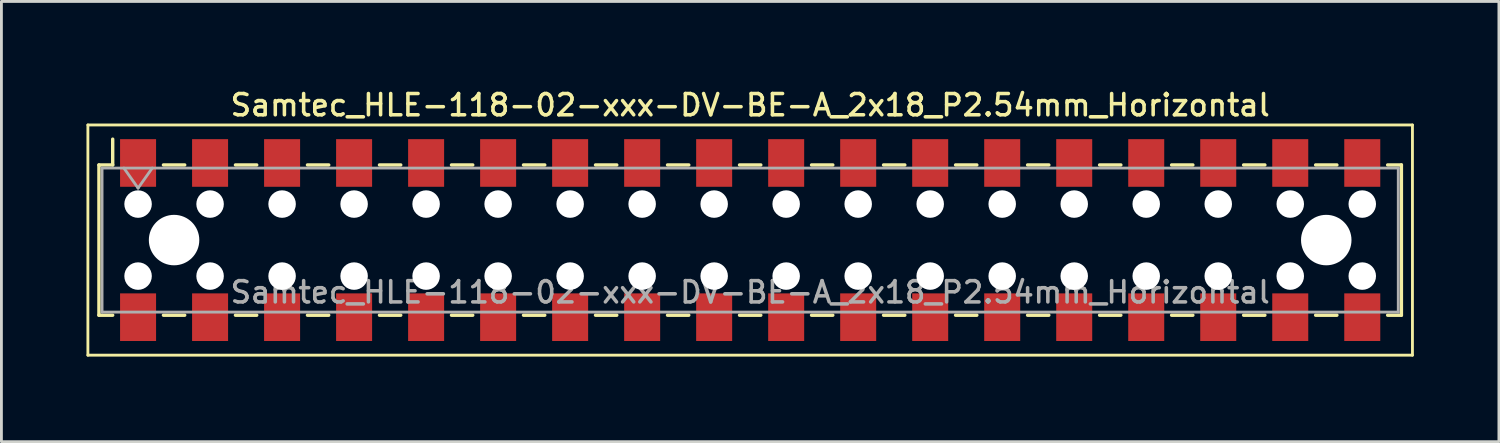
<source format=kicad_pcb>
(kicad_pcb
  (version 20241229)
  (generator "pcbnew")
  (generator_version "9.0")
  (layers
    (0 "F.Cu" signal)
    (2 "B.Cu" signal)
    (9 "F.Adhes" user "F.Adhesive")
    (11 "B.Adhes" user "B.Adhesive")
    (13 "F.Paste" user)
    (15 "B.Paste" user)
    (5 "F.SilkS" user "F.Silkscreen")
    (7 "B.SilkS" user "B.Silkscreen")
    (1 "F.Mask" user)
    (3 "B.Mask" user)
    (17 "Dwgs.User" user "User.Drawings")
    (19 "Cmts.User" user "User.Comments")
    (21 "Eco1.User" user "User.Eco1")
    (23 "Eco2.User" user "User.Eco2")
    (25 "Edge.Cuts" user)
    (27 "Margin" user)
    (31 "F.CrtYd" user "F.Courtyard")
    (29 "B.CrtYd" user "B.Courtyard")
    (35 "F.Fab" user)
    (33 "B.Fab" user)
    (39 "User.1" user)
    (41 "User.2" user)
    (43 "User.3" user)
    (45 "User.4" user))
  (footprint "Samtec_HLE-118-02-xxx-DV-BE-A_2x18_P2.54mm_Horizontal"
    (layer "F.Cu")
    (at 23.41 5.418)
    (property "Reference" "Samtec_HLE-118-02-xxx-DV-BE-A_2x18_P2.54mm_Horizontal" (at 0 -4.76 0) (layer "F.SilkS") (effects (font (size 0.75 0.75) (thickness 0.125))))
    (attr smd)
    (fp_line (start -23.36 -4.06) (end 23.36 -4.06) (stroke (width 0.1) (type solid)) (layer "F.SilkS"))
    (fp_line (start -23.36 4.06) (end -23.36 -4.06) (stroke (width 0.1) (type solid)) (layer "F.SilkS"))
    (fp_line (start -22.97 -2.65) (end -22.97 2.65) (stroke (width 0.12) (type solid)) (layer "F.SilkS"))
    (fp_line (start -22.97 2.65) (end -22.485 2.65) (stroke (width 0.12) (type solid)) (layer "F.SilkS"))
    (fp_line (start -22.485 -3.56) (end -22.485 -2.65) (stroke (width 0.12) (type solid)) (layer "F.SilkS"))
    (fp_line (start -22.485 -2.65) (end -22.97 -2.65) (stroke (width 0.12) (type solid)) (layer "F.SilkS"))
    (fp_line (start -20.695 -2.65) (end -19.945 -2.65) (stroke (width 0.12) (type solid)) (layer "F.SilkS"))
    (fp_line (start -20.695 2.65) (end -19.945 2.65) (stroke (width 0.12) (type solid)) (layer "F.SilkS"))
    (fp_line (start -18.155 -2.65) (end -17.405 -2.65) (stroke (width 0.12) (type solid)) (layer "F.SilkS"))
    (fp_line (start -18.155 2.65) (end -17.405 2.65) (stroke (width 0.12) (type solid)) (layer "F.SilkS"))
    (fp_line (start -15.615 -2.65) (end -14.865 -2.65) (stroke (width 0.12) (type solid)) (layer "F.SilkS"))
    (fp_line (start -15.615 2.65) (end -14.865 2.65) (stroke (width 0.12) (type solid)) (layer "F.SilkS"))
    (fp_line (start -13.075 -2.65) (end -12.325 -2.65) (stroke (width 0.12) (type solid)) (layer "F.SilkS"))
    (fp_line (start -13.075 2.65) (end -12.325 2.65) (stroke (width 0.12) (type solid)) (layer "F.SilkS"))
    (fp_line (start -10.535 -2.65) (end -9.785 -2.65) (stroke (width 0.12) (type solid)) (layer "F.SilkS"))
    (fp_line (start -10.535 2.65) (end -9.785 2.65) (stroke (width 0.12) (type solid)) (layer "F.SilkS"))
    (fp_line (start -7.995 -2.65) (end -7.245 -2.65) (stroke (width 0.12) (type solid)) (layer "F.SilkS"))
    (fp_line (start -7.995 2.65) (end -7.245 2.65) (stroke (width 0.12) (type solid)) (layer "F.SilkS"))
    (fp_line (start -5.455 -2.65) (end -4.705 -2.65) (stroke (width 0.12) (type solid)) (layer "F.SilkS"))
    (fp_line (start -5.455 2.65) (end -4.705 2.65) (stroke (width 0.12) (type solid)) (layer "F.SilkS"))
    (fp_line (start -2.915 -2.65) (end -2.165 -2.65) (stroke (width 0.12) (type solid)) (layer "F.SilkS"))
    (fp_line (start -2.915 2.65) (end -2.165 2.65) (stroke (width 0.12) (type solid)) (layer "F.SilkS"))
    (fp_line (start -0.375 -2.65) (end 0.375 -2.65) (stroke (width 0.12) (type solid)) (layer "F.SilkS"))
    (fp_line (start -0.375 2.65) (end 0.375 2.65) (stroke (width 0.12) (type solid)) (layer "F.SilkS"))
    (fp_line (start 2.165 -2.65) (end 2.915 -2.65) (stroke (width 0.12) (type solid)) (layer "F.SilkS"))
    (fp_line (start 2.165 2.65) (end 2.915 2.65) (stroke (width 0.12) (type solid)) (layer "F.SilkS"))
    (fp_line (start 4.705 -2.65) (end 5.455 -2.65) (stroke (width 0.12) (type solid)) (layer "F.SilkS"))
    (fp_line (start 4.705 2.65) (end 5.455 2.65) (stroke (width 0.12) (type solid)) (layer "F.SilkS"))
    (fp_line (start 7.245 -2.65) (end 7.995 -2.65) (stroke (width 0.12) (type solid)) (layer "F.SilkS"))
    (fp_line (start 7.245 2.65) (end 7.995 2.65) (stroke (width 0.12) (type solid)) (layer "F.SilkS"))
    (fp_line (start 9.785 -2.65) (end 10.535 -2.65) (stroke (width 0.12) (type solid)) (layer "F.SilkS"))
    (fp_line (start 9.785 2.65) (end 10.535 2.65) (stroke (width 0.12) (type solid)) (layer "F.SilkS"))
    (fp_line (start 12.325 -2.65) (end 13.075 -2.65) (stroke (width 0.12) (type solid)) (layer "F.SilkS"))
    (fp_line (start 12.325 2.65) (end 13.075 2.65) (stroke (width 0.12) (type solid)) (layer "F.SilkS"))
    (fp_line (start 14.865 -2.65) (end 15.615 -2.65) (stroke (width 0.12) (type solid)) (layer "F.SilkS"))
    (fp_line (start 14.865 2.65) (end 15.615 2.65) (stroke (width 0.12) (type solid)) (layer "F.SilkS"))
    (fp_line (start 17.405 -2.65) (end 18.155 -2.65) (stroke (width 0.12) (type solid)) (layer "F.SilkS"))
    (fp_line (start 17.405 2.65) (end 18.155 2.65) (stroke (width 0.12) (type solid)) (layer "F.SilkS"))
    (fp_line (start 19.945 -2.65) (end 20.695 -2.65) (stroke (width 0.12) (type solid)) (layer "F.SilkS"))
    (fp_line (start 19.945 2.65) (end 20.695 2.65) (stroke (width 0.12) (type solid)) (layer "F.SilkS"))
    (fp_line (start 22.485 -2.65) (end 22.97 -2.65) (stroke (width 0.12) (type solid)) (layer "F.SilkS"))
    (fp_line (start 22.97 -2.65) (end 22.97 2.65) (stroke (width 0.12) (type solid)) (layer "F.SilkS"))
    (fp_line (start 22.97 2.65) (end 22.485 2.65) (stroke (width 0.12) (type solid)) (layer "F.SilkS"))
    (fp_line (start 23.36 -4.06) (end 23.36 4.06) (stroke (width 0.1) (type solid)) (layer "F.SilkS"))
    (fp_line (start 23.36 4.06) (end -23.36 4.06) (stroke (width 0.1) (type solid)) (layer "F.SilkS"))
    (fp_line (start -22.86 -2.54) (end 22.86 -2.54) (stroke (width 0.1) (type solid)) (layer "F.Fab"))
    (fp_line (start -22.86 2.54) (end -22.86 -2.54) (stroke (width 0.1) (type solid)) (layer "F.Fab"))
    (fp_line (start -22.09 -2.54) (end -21.59 -1.833) (stroke (width 0.1) (type solid)) (layer "F.Fab"))
    (fp_line (start -21.59 -1.833) (end -21.09 -2.54) (stroke (width 0.1) (type solid)) (layer "F.Fab"))
    (fp_line (start 22.86 -2.54) (end 22.86 2.54) (stroke (width 0.1) (type solid)) (layer "F.Fab"))
    (fp_line (start 22.86 2.54) (end -22.86 2.54) (stroke (width 0.1) (type solid)) (layer "F.Fab"))
    (fp_text user "${REFERENCE}" (at 0 1.84 0) (layer "F.Fab") (effects (font (size 0.75 0.75) (thickness 0.125))))
    (pad "" np_thru_hole circle (at -21.59 -1.27) (size 0.97 0.97) (drill 0.97) (layers "*.Cu" "*.Mask"))
    (pad "" np_thru_hole circle (at -21.59 1.27) (size 0.97 0.97) (drill 0.97) (layers "*.Cu" "*.Mask"))
    (pad "" np_thru_hole circle (at -20.32 0) (size 1.78 1.78) (drill 1.78) (layers "*.Cu" "*.Mask"))
    (pad "" np_thru_hole circle (at -19.05 -1.27) (size 0.97 0.97) (drill 0.97) (layers "*.Cu" "*.Mask"))
    (pad "" np_thru_hole circle (at -19.05 1.27) (size 0.97 0.97) (drill 0.97) (layers "*.Cu" "*.Mask"))
    (pad "" np_thru_hole circle (at -16.51 -1.27) (size 0.97 0.97) (drill 0.97) (layers "*.Cu" "*.Mask"))
    (pad "" np_thru_hole circle (at -16.51 1.27) (size 0.97 0.97) (drill 0.97) (layers "*.Cu" "*.Mask"))
    (pad "" np_thru_hole circle (at -13.97 -1.27) (size 0.97 0.97) (drill 0.97) (layers "*.Cu" "*.Mask"))
    (pad "" np_thru_hole circle (at -13.97 1.27) (size 0.97 0.97) (drill 0.97) (layers "*.Cu" "*.Mask"))
    (pad "" np_thru_hole circle (at -11.43 -1.27) (size 0.97 0.97) (drill 0.97) (layers "*.Cu" "*.Mask"))
    (pad "" np_thru_hole circle (at -11.43 1.27) (size 0.97 0.97) (drill 0.97) (layers "*.Cu" "*.Mask"))
    (pad "" np_thru_hole circle (at -8.89 -1.27) (size 0.97 0.97) (drill 0.97) (layers "*.Cu" "*.Mask"))
    (pad "" np_thru_hole circle (at -8.89 1.27) (size 0.97 0.97) (drill 0.97) (layers "*.Cu" "*.Mask"))
    (pad "" np_thru_hole circle (at -6.35 -1.27) (size 0.97 0.97) (drill 0.97) (layers "*.Cu" "*.Mask"))
    (pad "" np_thru_hole circle (at -6.35 1.27) (size 0.97 0.97) (drill 0.97) (layers "*.Cu" "*.Mask"))
    (pad "" np_thru_hole circle (at -3.81 -1.27) (size 0.97 0.97) (drill 0.97) (layers "*.Cu" "*.Mask"))
    (pad "" np_thru_hole circle (at -3.81 1.27) (size 0.97 0.97) (drill 0.97) (layers "*.Cu" "*.Mask"))
    (pad "" np_thru_hole circle (at -1.27 -1.27) (size 0.97 0.97) (drill 0.97) (layers "*.Cu" "*.Mask"))
    (pad "" np_thru_hole circle (at -1.27 1.27) (size 0.97 0.97) (drill 0.97) (layers "*.Cu" "*.Mask"))
    (pad "" np_thru_hole circle (at 1.27 -1.27) (size 0.97 0.97) (drill 0.97) (layers "*.Cu" "*.Mask"))
    (pad "" np_thru_hole circle (at 1.27 1.27) (size 0.97 0.97) (drill 0.97) (layers "*.Cu" "*.Mask"))
    (pad "" np_thru_hole circle (at 3.81 -1.27) (size 0.97 0.97) (drill 0.97) (layers "*.Cu" "*.Mask"))
    (pad "" np_thru_hole circle (at 3.81 1.27) (size 0.97 0.97) (drill 0.97) (layers "*.Cu" "*.Mask"))
    (pad "" np_thru_hole circle (at 6.35 -1.27) (size 0.97 0.97) (drill 0.97) (layers "*.Cu" "*.Mask"))
    (pad "" np_thru_hole circle (at 6.35 1.27) (size 0.97 0.97) (drill 0.97) (layers "*.Cu" "*.Mask"))
    (pad "" np_thru_hole circle (at 8.89 -1.27) (size 0.97 0.97) (drill 0.97) (layers "*.Cu" "*.Mask"))
    (pad "" np_thru_hole circle (at 8.89 1.27) (size 0.97 0.97) (drill 0.97) (layers "*.Cu" "*.Mask"))
    (pad "" np_thru_hole circle (at 11.43 -1.27) (size 0.97 0.97) (drill 0.97) (layers "*.Cu" "*.Mask"))
    (pad "" np_thru_hole circle (at 11.43 1.27) (size 0.97 0.97) (drill 0.97) (layers "*.Cu" "*.Mask"))
    (pad "" np_thru_hole circle (at 13.97 -1.27) (size 0.97 0.97) (drill 0.97) (layers "*.Cu" "*.Mask"))
    (pad "" np_thru_hole circle (at 13.97 1.27) (size 0.97 0.97) (drill 0.97) (layers "*.Cu" "*.Mask"))
    (pad "" np_thru_hole circle (at 16.51 -1.27) (size 0.97 0.97) (drill 0.97) (layers "*.Cu" "*.Mask"))
    (pad "" np_thru_hole circle (at 16.51 1.27) (size 0.97 0.97) (drill 0.97) (layers "*.Cu" "*.Mask"))
    (pad "" np_thru_hole circle (at 19.05 -1.27) (size 0.97 0.97) (drill 0.97) (layers "*.Cu" "*.Mask"))
    (pad "" np_thru_hole circle (at 19.05 1.27) (size 0.97 0.97) (drill 0.97) (layers "*.Cu" "*.Mask"))
    (pad "" np_thru_hole circle (at 20.32 0) (size 1.78 1.78) (drill 1.78) (layers "*.Cu" "*.Mask"))
    (pad "" np_thru_hole circle (at 21.59 -1.27) (size 0.97 0.97) (drill 0.97) (layers "*.Cu" "*.Mask"))
    (pad "" np_thru_hole circle (at 21.59 1.27) (size 0.97 0.97) (drill 0.97) (layers "*.Cu" "*.Mask"))
    (pad "1" smd rect (at -21.59 -2.72) (size 1.27 1.68) (layers "F.Cu" "F.Mask" "F.Paste"))
    (pad "2" smd rect (at -21.59 2.72) (size 1.27 1.68) (layers "F.Cu" "F.Mask" "F.Paste"))
    (pad "3" smd rect (at -19.05 -2.72) (size 1.27 1.68) (layers "F.Cu" "F.Mask" "F.Paste"))
    (pad "4" smd rect (at -19.05 2.72) (size 1.27 1.68) (layers "F.Cu" "F.Mask" "F.Paste"))
    (pad "5" smd rect (at -16.51 -2.72) (size 1.27 1.68) (layers "F.Cu" "F.Mask" "F.Paste"))
    (pad "6" smd rect (at -16.51 2.72) (size 1.27 1.68) (layers "F.Cu" "F.Mask" "F.Paste"))
    (pad "7" smd rect (at -13.97 -2.72) (size 1.27 1.68) (layers "F.Cu" "F.Mask" "F.Paste"))
    (pad "8" smd rect (at -13.97 2.72) (size 1.27 1.68) (layers "F.Cu" "F.Mask" "F.Paste"))
    (pad "9" smd rect (at -11.43 -2.72) (size 1.27 1.68) (layers "F.Cu" "F.Mask" "F.Paste"))
    (pad "10" smd rect (at -11.43 2.72) (size 1.27 1.68) (layers "F.Cu" "F.Mask" "F.Paste"))
    (pad "11" smd rect (at -8.89 -2.72) (size 1.27 1.68) (layers "F.Cu" "F.Mask" "F.Paste"))
    (pad "12" smd rect (at -8.89 2.72) (size 1.27 1.68) (layers "F.Cu" "F.Mask" "F.Paste"))
    (pad "13" smd rect (at -6.35 -2.72) (size 1.27 1.68) (layers "F.Cu" "F.Mask" "F.Paste"))
    (pad "14" smd rect (at -6.35 2.72) (size 1.27 1.68) (layers "F.Cu" "F.Mask" "F.Paste"))
    (pad "15" smd rect (at -3.81 -2.72) (size 1.27 1.68) (layers "F.Cu" "F.Mask" "F.Paste"))
    (pad "16" smd rect (at -3.81 2.72) (size 1.27 1.68) (layers "F.Cu" "F.Mask" "F.Paste"))
    (pad "17" smd rect (at -1.27 -2.72) (size 1.27 1.68) (layers "F.Cu" "F.Mask" "F.Paste"))
    (pad "18" smd rect (at -1.27 2.72) (size 1.27 1.68) (layers "F.Cu" "F.Mask" "F.Paste"))
    (pad "19" smd rect (at 1.27 -2.72) (size 1.27 1.68) (layers "F.Cu" "F.Mask" "F.Paste"))
    (pad "20" smd rect (at 1.27 2.72) (size 1.27 1.68) (layers "F.Cu" "F.Mask" "F.Paste"))
    (pad "21" smd rect (at 3.81 -2.72) (size 1.27 1.68) (layers "F.Cu" "F.Mask" "F.Paste"))
    (pad "22" smd rect (at 3.81 2.72) (size 1.27 1.68) (layers "F.Cu" "F.Mask" "F.Paste"))
    (pad "23" smd rect (at 6.35 -2.72) (size 1.27 1.68) (layers "F.Cu" "F.Mask" "F.Paste"))
    (pad "24" smd rect (at 6.35 2.72) (size 1.27 1.68) (layers "F.Cu" "F.Mask" "F.Paste"))
    (pad "25" smd rect (at 8.89 -2.72) (size 1.27 1.68) (layers "F.Cu" "F.Mask" "F.Paste"))
    (pad "26" smd rect (at 8.89 2.72) (size 1.27 1.68) (layers "F.Cu" "F.Mask" "F.Paste"))
    (pad "27" smd rect (at 11.43 -2.72) (size 1.27 1.68) (layers "F.Cu" "F.Mask" "F.Paste"))
    (pad "28" smd rect (at 11.43 2.72) (size 1.27 1.68) (layers "F.Cu" "F.Mask" "F.Paste"))
    (pad "29" smd rect (at 13.97 -2.72) (size 1.27 1.68) (layers "F.Cu" "F.Mask" "F.Paste"))
    (pad "30" smd rect (at 13.97 2.72) (size 1.27 1.68) (layers "F.Cu" "F.Mask" "F.Paste"))
    (pad "31" smd rect (at 16.51 -2.72) (size 1.27 1.68) (layers "F.Cu" "F.Mask" "F.Paste"))
    (pad "32" smd rect (at 16.51 2.72) (size 1.27 1.68) (layers "F.Cu" "F.Mask" "F.Paste"))
    (pad "33" smd rect (at 19.05 -2.72) (size 1.27 1.68) (layers "F.Cu" "F.Mask" "F.Paste"))
    (pad "34" smd rect (at 19.05 2.72) (size 1.27 1.68) (layers "F.Cu" "F.Mask" "F.Paste"))
    (pad "35" smd rect (at 21.59 -2.72) (size 1.27 1.68) (layers "F.Cu" "F.Mask" "F.Paste"))
    (pad "36" smd rect (at 21.59 2.72) (size 1.27 1.68) (layers "F.Cu" "F.Mask" "F.Paste")))
  (gr_rect
    (start -3 -3)
    (end 49.82 12.528)
    (stroke (width 0.1) (type default))
    (fill no)
    (layer "Edge.Cuts")))
</source>
